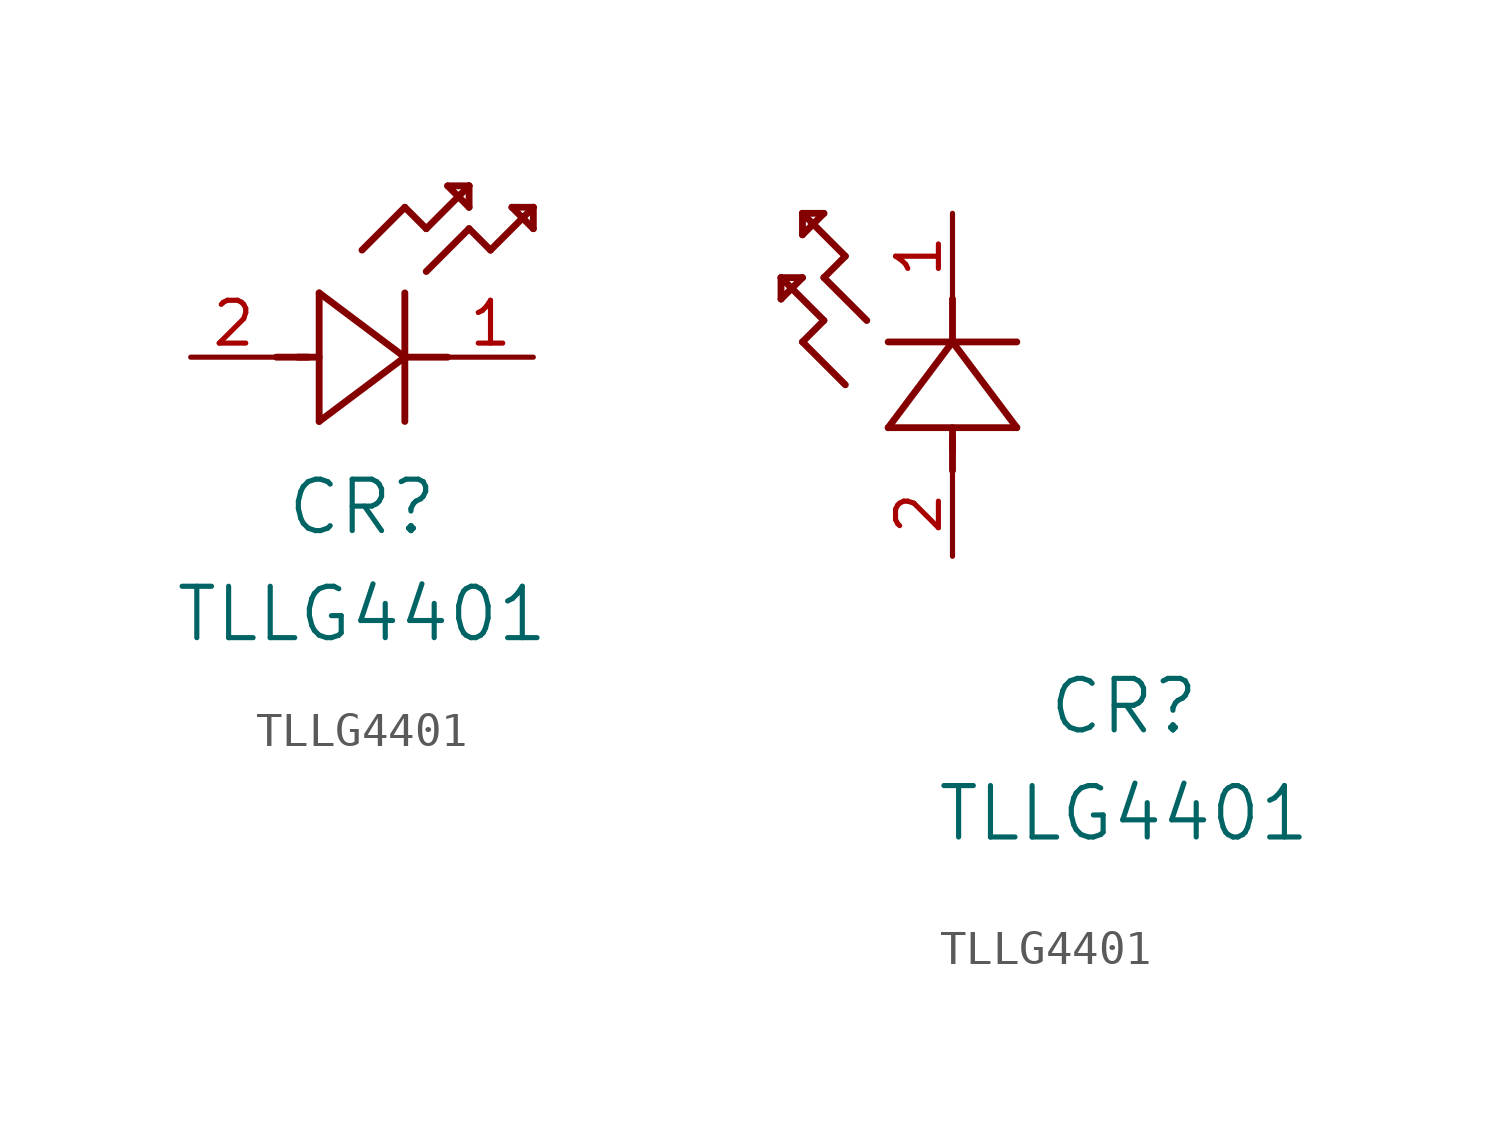
<source format=kicad_sym>
(kicad_symbol_lib
  (version 20231120)
  (generator "kicad_symbol_editor")
  (generator_version "8.0")
  (symbol "TLLG4401"
    (pin_names
      (offset 0.254))
    (property "Reference" "CR"
      (at 5.08 -4.445 0)
      (effects (font (size 1.524 1.524))))
    (property "Value" "TLLG4401"
      (at 5.08 -7.62 0)
      (effects (font (size 1.524 1.524))))
    (property "ki_locked" ""
      (at 0 0 0)
      (effects (font (size 1.27 1.27))))
    (symbol "TLLG4401_1_1"
      (polyline (pts (xy 2.54 0) (xy 3.48 0)) (stroke (width 0.203) (type default)) (fill (type none)))
      (polyline (pts (xy 3.175 0) (xy 3.81 0)) (stroke (width 0.203) (type default)) (fill (type none)))
      (polyline (pts (xy 3.81 -1.905) (xy 6.35 0)) (stroke (width 0.203) (type default)) (fill (type none)))
      (polyline (pts (xy 3.81 1.905) (xy 3.81 -1.905)) (stroke (width 0.203) (type default)) (fill (type none)))
      (polyline (pts (xy 5.08 3.175) (xy 6.35 4.445)) (stroke (width 0.203) (type default)) (fill (type none)))
      (polyline (pts (xy 6.35 -1.905) (xy 6.35 1.905)) (stroke (width 0.203) (type default)) (fill (type none)))
      (polyline (pts (xy 6.35 0) (xy 3.81 1.905)) (stroke (width 0.203) (type default)) (fill (type none)))
      (polyline (pts (xy 6.35 0) (xy 7.62 0)) (stroke (width 0.203) (type default)) (fill (type none)))
      (polyline (pts (xy 6.35 4.445) (xy 6.985 3.81)) (stroke (width 0.203) (type default)) (fill (type none)))
      (polyline (pts (xy 6.985 2.54) (xy 8.255 3.81)) (stroke (width 0.203) (type default)) (fill (type none)))
      (polyline (pts (xy 6.985 3.81) (xy 8.255 5.08)) (stroke (width 0.203) (type default)) (fill (type none)))
      (polyline (pts (xy 7.62 5.08) (xy 8.255 4.445)) (stroke (width 0.203) (type default)) (fill (type none)))
      (polyline (pts (xy 8.255 3.81) (xy 8.89 3.175)) (stroke (width 0.203) (type default)) (fill (type none)))
      (polyline (pts (xy 8.255 4.445) (xy 8.255 5.08)) (stroke (width 0.203) (type default)) (fill (type none)))
      (polyline (pts (xy 8.255 5.08) (xy 7.62 5.08)) (stroke (width 0.203) (type default)) (fill (type none)))
      (polyline (pts (xy 8.89 3.175) (xy 10.16 4.445)) (stroke (width 0.203) (type default)) (fill (type none)))
      (polyline (pts (xy 9.525 4.445) (xy 10.16 3.81)) (stroke (width 0.203) (type default)) (fill (type none)))
      (polyline (pts (xy 10.16 3.81) (xy 10.16 4.445)) (stroke (width 0.203) (type default)) (fill (type none)))
      (polyline (pts (xy 10.16 4.445) (xy 9.525 4.445)) (stroke (width 0.203) (type default)) (fill (type none)))
      (pin unspecified line (at 10.16 0 180) (length 2.54) (name "" (effects (font (size 1.27 1.27)))) (number "1" (effects (font (size 1.27 1.27)))))
      (pin unspecified line (at 0 0 0) (length 2.54) (name "" (effects (font (size 1.27 1.27)))) (number "2" (effects (font (size 1.27 1.27))))))
    (symbol "TLLG4401_1_2"
      (polyline (pts (xy -5.08 7.62) (xy -4.445 8.255)) (stroke (width 0.203) (type default)) (fill (type none)))
      (polyline (pts (xy -5.08 8.255) (xy -5.08 7.62)) (stroke (width 0.203) (type default)) (fill (type none)))
      (polyline (pts (xy -4.445 6.35) (xy -3.81 6.985)) (stroke (width 0.203) (type default)) (fill (type none)))
      (polyline (pts (xy -4.445 8.255) (xy -5.08 8.255)) (stroke (width 0.203) (type default)) (fill (type none)))
      (polyline (pts (xy -4.445 9.525) (xy -3.81 10.16)) (stroke (width 0.203) (type default)) (fill (type none)))
      (polyline (pts (xy -4.445 10.16) (xy -4.445 9.525)) (stroke (width 0.203) (type default)) (fill (type none)))
      (polyline (pts (xy -3.81 6.985) (xy -5.08 8.255)) (stroke (width 0.203) (type default)) (fill (type none)))
      (polyline (pts (xy -3.81 8.255) (xy -3.175 8.89)) (stroke (width 0.203) (type default)) (fill (type none)))
      (polyline (pts (xy -3.81 10.16) (xy -4.445 10.16)) (stroke (width 0.203) (type default)) (fill (type none)))
      (polyline (pts (xy -3.175 5.08) (xy -4.445 6.35)) (stroke (width 0.203) (type default)) (fill (type none)))
      (polyline (pts (xy -3.175 8.89) (xy -4.445 10.16)) (stroke (width 0.203) (type default)) (fill (type none)))
      (polyline (pts (xy -2.54 6.985) (xy -3.81 8.255)) (stroke (width 0.203) (type default)) (fill (type none)))
      (polyline (pts (xy -1.905 3.81) (xy 1.905 3.81)) (stroke (width 0.203) (type default)) (fill (type none)))
      (polyline (pts (xy 0 2.54) (xy 0 3.48)) (stroke (width 0.203) (type default)) (fill (type none)))
      (polyline (pts (xy 0 3.175) (xy 0 3.81)) (stroke (width 0.203) (type default)) (fill (type none)))
      (polyline (pts (xy 0 6.35) (xy -1.905 3.81)) (stroke (width 0.203) (type default)) (fill (type none)))
      (polyline (pts (xy 0 6.35) (xy 0 7.62)) (stroke (width 0.203) (type default)) (fill (type none)))
      (polyline (pts (xy 1.905 3.81) (xy 0 6.35)) (stroke (width 0.203) (type default)) (fill (type none)))
      (polyline (pts (xy 1.905 6.35) (xy -1.905 6.35)) (stroke (width 0.203) (type default)) (fill (type none)))
      (pin unspecified line (at 0 10.16 270) (length 2.54) (name "" (effects (font (size 1.27 1.27)))) (number "1" (effects (font (size 1.27 1.27)))))
      (pin unspecified line (at 0 0 90) (length 2.54) (name "" (effects (font (size 1.27 1.27)))) (number "2" (effects (font (size 1.27 1.27))))))))
</source>
